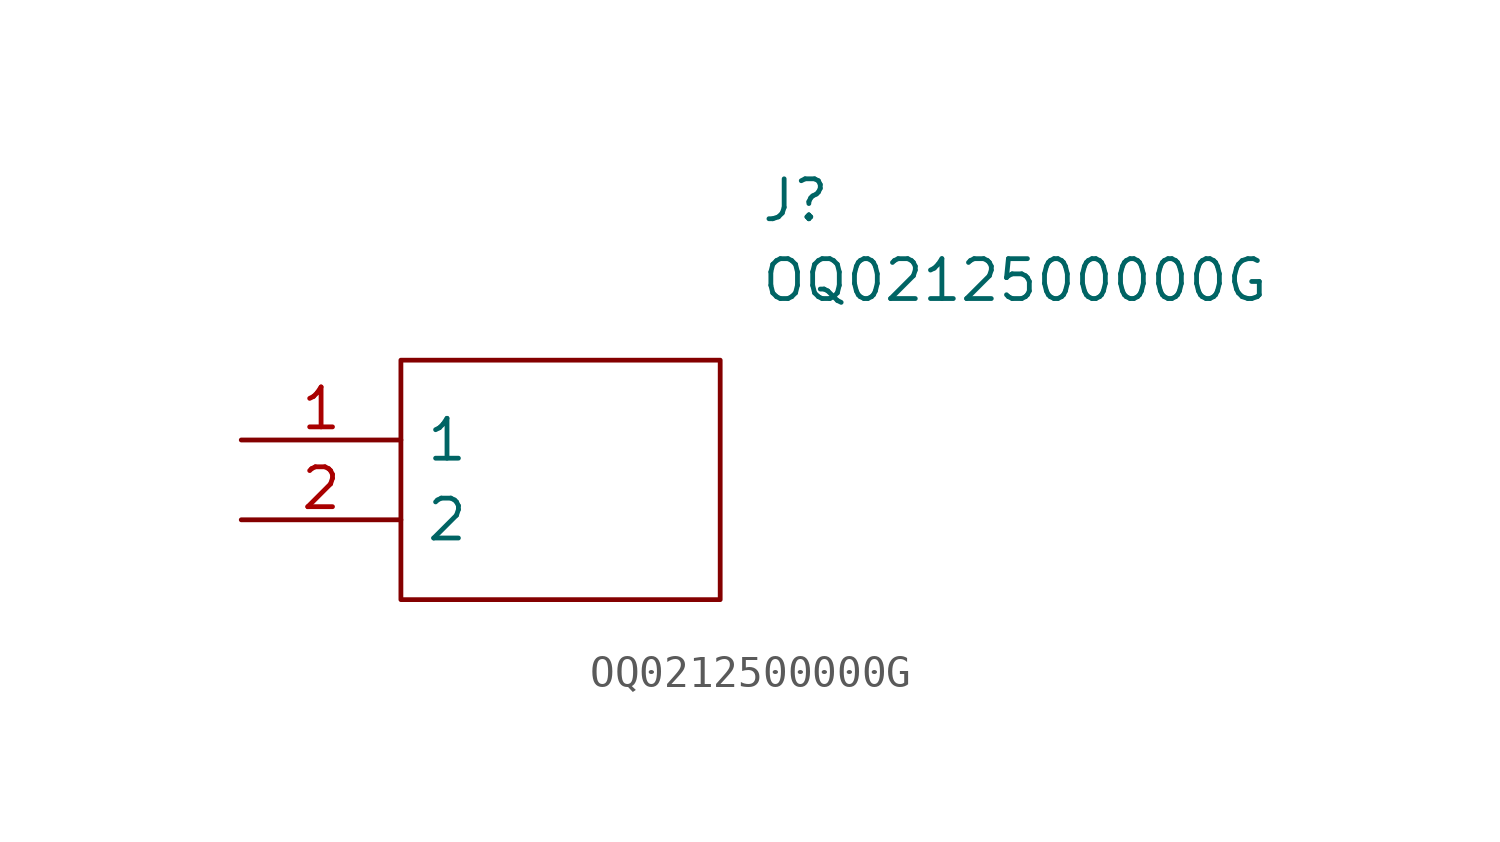
<source format=kicad_sym>
(kicad_symbol_lib
  (version 20211014)
  (generator kicad_symbol_editor)
  (symbol "OQ0212500000G"
    (pin_names
      (offset 0.762))
    (property "Reference" "J"
      (at 16.51 7.62 0)
      (effects (font (size 1.27 1.27)) (justify left)))
    (property "Value" "OQ0212500000G"
      (at 16.51 5.08 0)
      (effects (font (size 1.27 1.27)) (justify left)))
    (symbol "OQ0212500000G_0_0"
      (pin passive line (at 0 0 0) (length 5.08) (name "1" (effects (font (size 1.27 1.27)))) (number "1" (effects (font (size 1.27 1.27)))))
      (pin passive line (at 0 -2.54 0) (length 5.08) (name "2" (effects (font (size 1.27 1.27)))) (number "2" (effects (font (size 1.27 1.27))))))
    (symbol "OQ0212500000G_0_1"
      (polyline (pts (xy 5.08 2.54) (xy 15.24 2.54) (xy 15.24 -5.08) (xy 5.08 -5.08) (xy 5.08 2.54)) (stroke (width 0.152) (type default) (color 0 0 0 0)) (fill (type none))))))
</source>
